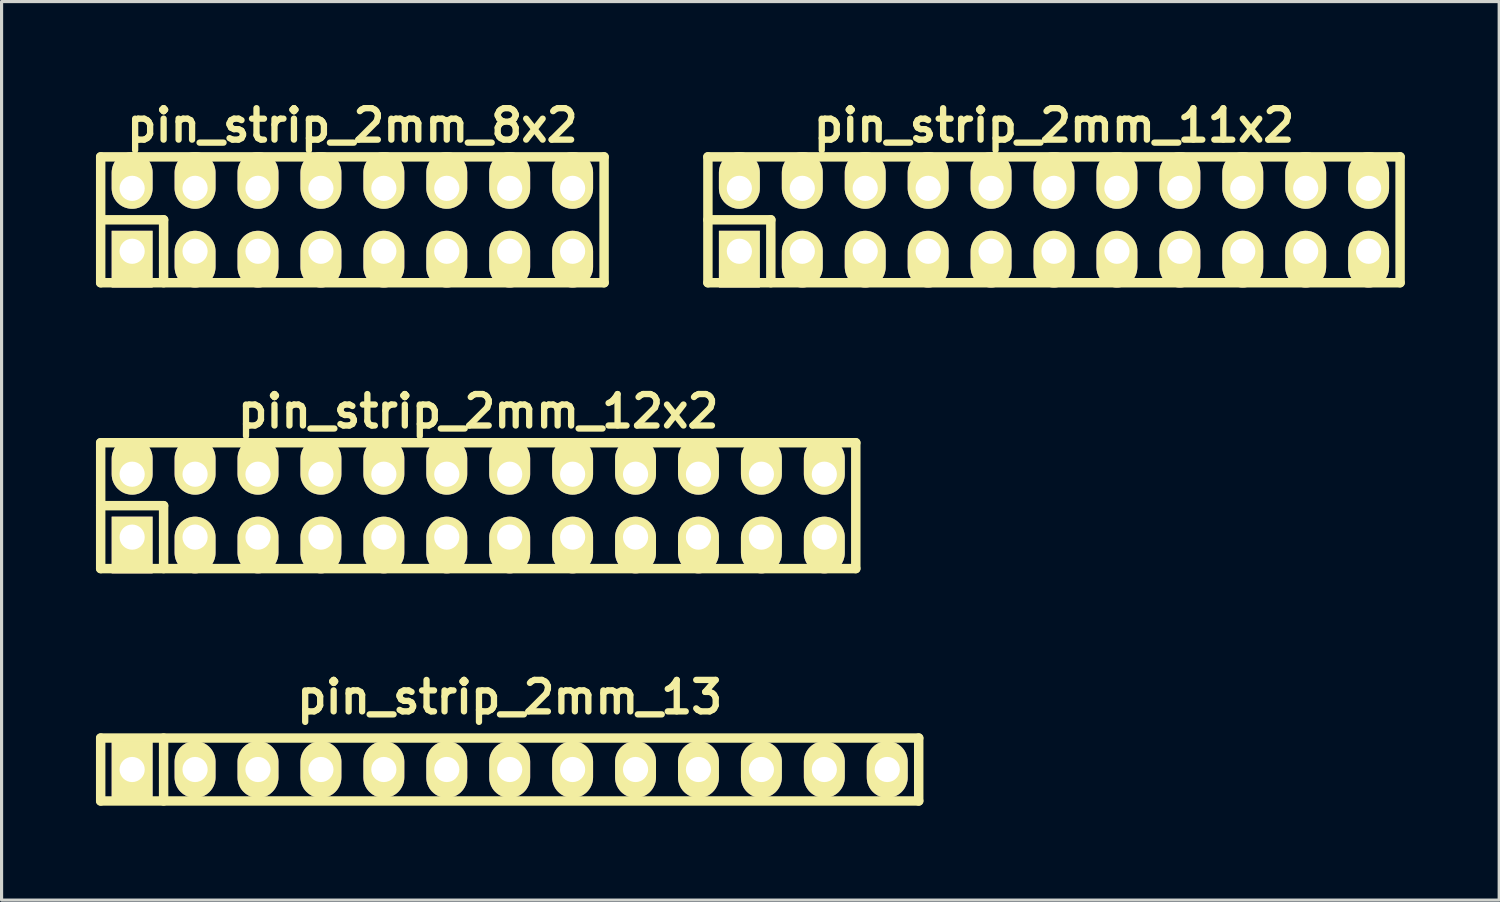
<source format=kicad_pcb>
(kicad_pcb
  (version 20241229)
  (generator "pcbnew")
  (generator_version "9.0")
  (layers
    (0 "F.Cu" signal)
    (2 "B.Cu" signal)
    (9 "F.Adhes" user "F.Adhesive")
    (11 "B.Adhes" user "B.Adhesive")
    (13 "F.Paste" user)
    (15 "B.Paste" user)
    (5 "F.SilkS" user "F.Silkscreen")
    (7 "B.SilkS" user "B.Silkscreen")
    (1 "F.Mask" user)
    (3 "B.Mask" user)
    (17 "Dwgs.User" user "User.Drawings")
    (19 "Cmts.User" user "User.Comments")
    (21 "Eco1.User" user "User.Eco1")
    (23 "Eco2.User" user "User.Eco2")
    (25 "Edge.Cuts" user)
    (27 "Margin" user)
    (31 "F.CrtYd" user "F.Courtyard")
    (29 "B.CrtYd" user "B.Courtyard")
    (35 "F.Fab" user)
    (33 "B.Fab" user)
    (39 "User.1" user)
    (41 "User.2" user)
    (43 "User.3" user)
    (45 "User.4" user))
  (footprint "pin_strip_2mm_8x2"
    (layer "F.Cu")
    (at 8.15 3.936)
    (property "Reference" "pin_strip_2mm_8x2" (at 0 -3 0) (layer "F.SilkS") (effects (font (size 1 1) (thickness 0.2))))
    (attr through_hole)
    (fp_line (start -8 -2) (end 8 -2) (stroke (width 0.3) (type solid)) (layer "F.SilkS"))
    (fp_line (start -8 0) (end -6 0) (stroke (width 0.3) (type solid)) (layer "F.SilkS"))
    (fp_line (start -8 2) (end -8 -2) (stroke (width 0.3) (type solid)) (layer "F.SilkS"))
    (fp_line (start -6 0) (end -6 2) (stroke (width 0.3) (type solid)) (layer "F.SilkS"))
    (fp_line (start 8 -2) (end 8 2) (stroke (width 0.3) (type solid)) (layer "F.SilkS"))
    (fp_line (start 8 2) (end -8 2) (stroke (width 0.3) (type solid)) (layer "F.SilkS"))
    (pad "1" thru_hole rect (at -7 1) (size 1.3 1.8) (drill 0.8 (offset 0 0.25)) (layers "*.Cu" "*.Mask" "F.SilkS"))
    (pad "2" thru_hole oval (at -7 -1) (size 1.3 1.8) (drill 0.8 (offset 0 -0.25)) (layers "*.Cu" "*.Mask" "F.SilkS"))
    (pad "3" thru_hole oval (at -5 1) (size 1.3 1.8) (drill 0.8 (offset 0 0.25)) (layers "*.Cu" "*.Mask" "F.SilkS"))
    (pad "4" thru_hole oval (at -5 -1) (size 1.3 1.8) (drill 0.8 (offset 0 -0.25)) (layers "*.Cu" "*.Mask" "F.SilkS"))
    (pad "5" thru_hole oval (at -3 1) (size 1.3 1.8) (drill 0.8 (offset 0 0.25)) (layers "*.Cu" "*.Mask" "F.SilkS"))
    (pad "6" thru_hole oval (at -3 -1) (size 1.3 1.8) (drill 0.8 (offset 0 -0.25)) (layers "*.Cu" "*.Mask" "F.SilkS"))
    (pad "7" thru_hole oval (at -1 1) (size 1.3 1.8) (drill 0.8 (offset 0 0.25)) (layers "*.Cu" "*.Mask" "F.SilkS"))
    (pad "8" thru_hole oval (at -1 -1) (size 1.3 1.8) (drill 0.8 (offset 0 -0.25)) (layers "*.Cu" "*.Mask" "F.SilkS"))
    (pad "9" thru_hole oval (at 1 1) (size 1.3 1.8) (drill 0.8 (offset 0 0.25)) (layers "*.Cu" "*.Mask" "F.SilkS"))
    (pad "10" thru_hole oval (at 1 -1) (size 1.3 1.8) (drill 0.8 (offset 0 -0.25)) (layers "*.Cu" "*.Mask" "F.SilkS"))
    (pad "11" thru_hole oval (at 3 1) (size 1.3 1.8) (drill 0.8 (offset 0 0.25)) (layers "*.Cu" "*.Mask" "F.SilkS"))
    (pad "12" thru_hole oval (at 3 -1) (size 1.3 1.8) (drill 0.8 (offset 0 -0.25)) (layers "*.Cu" "*.Mask" "F.SilkS"))
    (pad "13" thru_hole oval (at 5 1) (size 1.3 1.8) (drill 0.8 (offset 0 0.25)) (layers "*.Cu" "*.Mask" "F.SilkS"))
    (pad "14" thru_hole oval (at 5 -1) (size 1.3 1.8) (drill 0.8 (offset 0 -0.25)) (layers "*.Cu" "*.Mask" "F.SilkS"))
    (pad "15" thru_hole oval (at 7 1) (size 1.3 1.8) (drill 0.8 (offset 0 0.25)) (layers "*.Cu" "*.Mask" "F.SilkS"))
    (pad "16" thru_hole oval (at 7 -1) (size 1.3 1.8) (drill 0.8 (offset 0 -0.25)) (layers "*.Cu" "*.Mask" "F.SilkS")))
  (footprint "pin_strip_2mm_11x2"
    (layer "F.Cu")
    (at 30.45 3.936)
    (property "Reference" "pin_strip_2mm_11x2" (at 0 -3 0) (layer "F.SilkS") (effects (font (size 1 1) (thickness 0.2))))
    (attr through_hole)
    (fp_line (start -11 -2) (end 11 -2) (stroke (width 0.3) (type solid)) (layer "F.SilkS"))
    (fp_line (start -11 0) (end -9 0) (stroke (width 0.3) (type solid)) (layer "F.SilkS"))
    (fp_line (start -11 2) (end -11 -2) (stroke (width 0.3) (type solid)) (layer "F.SilkS"))
    (fp_line (start -9 0) (end -9 2) (stroke (width 0.3) (type solid)) (layer "F.SilkS"))
    (fp_line (start 11 -2) (end 11 2) (stroke (width 0.3) (type solid)) (layer "F.SilkS"))
    (fp_line (start 11 2) (end -11 2) (stroke (width 0.3) (type solid)) (layer "F.SilkS"))
    (pad "1" thru_hole rect (at -10 1) (size 1.3 1.8) (drill 0.8 (offset 0 0.25)) (layers "*.Cu" "*.Mask" "F.SilkS"))
    (pad "2" thru_hole oval (at -10 -1) (size 1.3 1.8) (drill 0.8 (offset 0 -0.25)) (layers "*.Cu" "*.Mask" "F.SilkS"))
    (pad "3" thru_hole oval (at -8 1) (size 1.3 1.8) (drill 0.8 (offset 0 0.25)) (layers "*.Cu" "*.Mask" "F.SilkS"))
    (pad "4" thru_hole oval (at -8 -1) (size 1.3 1.8) (drill 0.8 (offset 0 -0.25)) (layers "*.Cu" "*.Mask" "F.SilkS"))
    (pad "5" thru_hole oval (at -6 1) (size 1.3 1.8) (drill 0.8 (offset 0 0.25)) (layers "*.Cu" "*.Mask" "F.SilkS"))
    (pad "6" thru_hole oval (at -6 -1) (size 1.3 1.8) (drill 0.8 (offset 0 -0.25)) (layers "*.Cu" "*.Mask" "F.SilkS"))
    (pad "7" thru_hole oval (at -4 1) (size 1.3 1.8) (drill 0.8 (offset 0 0.25)) (layers "*.Cu" "*.Mask" "F.SilkS"))
    (pad "8" thru_hole oval (at -4 -1) (size 1.3 1.8) (drill 0.8 (offset 0 -0.25)) (layers "*.Cu" "*.Mask" "F.SilkS"))
    (pad "9" thru_hole oval (at -2 1) (size 1.3 1.8) (drill 0.8 (offset 0 0.25)) (layers "*.Cu" "*.Mask" "F.SilkS"))
    (pad "10" thru_hole oval (at -2 -1) (size 1.3 1.8) (drill 0.8 (offset 0 -0.25)) (layers "*.Cu" "*.Mask" "F.SilkS"))
    (pad "11" thru_hole oval (at 0 1) (size 1.3 1.8) (drill 0.8 (offset 0 0.25)) (layers "*.Cu" "*.Mask" "F.SilkS"))
    (pad "12" thru_hole oval (at 0 -1) (size 1.3 1.8) (drill 0.8 (offset 0 -0.25)) (layers "*.Cu" "*.Mask" "F.SilkS"))
    (pad "13" thru_hole oval (at 2 1) (size 1.3 1.8) (drill 0.8 (offset 0 0.25)) (layers "*.Cu" "*.Mask" "F.SilkS"))
    (pad "14" thru_hole oval (at 2 -1) (size 1.3 1.8) (drill 0.8 (offset 0 -0.25)) (layers "*.Cu" "*.Mask" "F.SilkS"))
    (pad "15" thru_hole oval (at 4 1) (size 1.3 1.8) (drill 0.8 (offset 0 0.25)) (layers "*.Cu" "*.Mask" "F.SilkS"))
    (pad "16" thru_hole oval (at 4 -1) (size 1.3 1.8) (drill 0.8 (offset 0 -0.25)) (layers "*.Cu" "*.Mask" "F.SilkS"))
    (pad "17" thru_hole oval (at 6 1) (size 1.3 1.8) (drill 0.8 (offset 0 0.25)) (layers "*.Cu" "*.Mask" "F.SilkS"))
    (pad "18" thru_hole oval (at 6 -1) (size 1.3 1.8) (drill 0.8 (offset 0 -0.25)) (layers "*.Cu" "*.Mask" "F.SilkS"))
    (pad "19" thru_hole oval (at 8 1) (size 1.3 1.8) (drill 0.8 (offset 0 0.25)) (layers "*.Cu" "*.Mask" "F.SilkS"))
    (pad "20" thru_hole oval (at 8 -1) (size 1.3 1.8) (drill 0.8 (offset 0 -0.25)) (layers "*.Cu" "*.Mask" "F.SilkS"))
    (pad "21" thru_hole oval (at 10 1) (size 1.3 1.8) (drill 0.8 (offset 0 0.25)) (layers "*.Cu" "*.Mask" "F.SilkS"))
    (pad "22" thru_hole oval (at 10 -1) (size 1.3 1.8) (drill 0.8 (offset 0 -0.25)) (layers "*.Cu" "*.Mask" "F.SilkS")))
  (footprint "pin_strip_2mm_13"
    (layer "F.Cu")
    (at 13.15 21.408)
    (property "Reference" "pin_strip_2mm_13" (at 0 -2.3 0) (layer "F.SilkS") (effects (font (size 1 1) (thickness 0.2))))
    (attr through_hole)
    (fp_line (start -13 -1) (end 13 -1) (stroke (width 0.3) (type solid)) (layer "F.SilkS"))
    (fp_line (start -13 1) (end -13 -1) (stroke (width 0.3) (type solid)) (layer "F.SilkS"))
    (fp_line (start -11 -1) (end -11 1) (stroke (width 0.3) (type solid)) (layer "F.SilkS"))
    (fp_line (start 13 -1) (end 13 1) (stroke (width 0.3) (type solid)) (layer "F.SilkS"))
    (fp_line (start 13 1) (end -13 1) (stroke (width 0.3) (type solid)) (layer "F.SilkS"))
    (pad "1" thru_hole rect (at -12 0) (size 1.3 1.8) (drill 0.8) (layers "*.Cu" "*.Mask" "F.SilkS"))
    (pad "2" thru_hole oval (at -10 0) (size 1.3 1.8) (drill 0.8) (layers "*.Cu" "*.Mask" "F.SilkS"))
    (pad "3" thru_hole oval (at -8 0) (size 1.3 1.8) (drill 0.8) (layers "*.Cu" "*.Mask" "F.SilkS"))
    (pad "4" thru_hole oval (at -6 0) (size 1.3 1.8) (drill 0.8) (layers "*.Cu" "*.Mask" "F.SilkS"))
    (pad "5" thru_hole oval (at -4 0) (size 1.3 1.8) (drill 0.8) (layers "*.Cu" "*.Mask" "F.SilkS"))
    (pad "6" thru_hole oval (at -2 0) (size 1.3 1.8) (drill 0.8) (layers "*.Cu" "*.Mask" "F.SilkS"))
    (pad "7" thru_hole oval (at 0 0) (size 1.3 1.8) (drill 0.8) (layers "*.Cu" "*.Mask" "F.SilkS"))
    (pad "8" thru_hole oval (at 2 0) (size 1.3 1.8) (drill 0.8) (layers "*.Cu" "*.Mask" "F.SilkS"))
    (pad "9" thru_hole oval (at 4 0) (size 1.3 1.8) (drill 0.8) (layers "*.Cu" "*.Mask" "F.SilkS"))
    (pad "10" thru_hole oval (at 6 0) (size 1.3 1.8) (drill 0.8) (layers "*.Cu" "*.Mask" "F.SilkS"))
    (pad "11" thru_hole oval (at 8 0) (size 1.3 1.8) (drill 0.8) (layers "*.Cu" "*.Mask" "F.SilkS"))
    (pad "12" thru_hole oval (at 10 0) (size 1.3 1.8) (drill 0.8) (layers "*.Cu" "*.Mask" "F.SilkS"))
    (pad "13" thru_hole oval (at 12 0) (size 1.3 1.8) (drill 0.8) (layers "*.Cu" "*.Mask" "F.SilkS")))
  (footprint "pin_strip_2mm_12x2"
    (layer "F.Cu")
    (at 12.15 13.022)
    (property "Reference" "pin_strip_2mm_12x2" (at 0 -3 0) (layer "F.SilkS") (effects (font (size 1 1) (thickness 0.2))))
    (attr through_hole)
    (fp_line (start -12 -2) (end 12 -2) (stroke (width 0.3) (type solid)) (layer "F.SilkS"))
    (fp_line (start -12 0) (end -10 0) (stroke (width 0.3) (type solid)) (layer "F.SilkS"))
    (fp_line (start -12 2) (end -12 -2) (stroke (width 0.3) (type solid)) (layer "F.SilkS"))
    (fp_line (start -10 0) (end -10 2) (stroke (width 0.3) (type solid)) (layer "F.SilkS"))
    (fp_line (start 12 -2) (end 12 2) (stroke (width 0.3) (type solid)) (layer "F.SilkS"))
    (fp_line (start 12 2) (end -12 2) (stroke (width 0.3) (type solid)) (layer "F.SilkS"))
    (pad "1" thru_hole rect (at -11 1) (size 1.3 1.8) (drill 0.8 (offset 0 0.25)) (layers "*.Cu" "*.Mask" "F.SilkS"))
    (pad "2" thru_hole oval (at -11 -1) (size 1.3 1.8) (drill 0.8 (offset 0 -0.25)) (layers "*.Cu" "*.Mask" "F.SilkS"))
    (pad "3" thru_hole oval (at -9 1) (size 1.3 1.8) (drill 0.8 (offset 0 0.25)) (layers "*.Cu" "*.Mask" "F.SilkS"))
    (pad "4" thru_hole oval (at -9 -1) (size 1.3 1.8) (drill 0.8 (offset 0 -0.25)) (layers "*.Cu" "*.Mask" "F.SilkS"))
    (pad "5" thru_hole oval (at -7 1) (size 1.3 1.8) (drill 0.8 (offset 0 0.25)) (layers "*.Cu" "*.Mask" "F.SilkS"))
    (pad "6" thru_hole oval (at -7 -1) (size 1.3 1.8) (drill 0.8 (offset 0 -0.25)) (layers "*.Cu" "*.Mask" "F.SilkS"))
    (pad "7" thru_hole oval (at -5 1) (size 1.3 1.8) (drill 0.8 (offset 0 0.25)) (layers "*.Cu" "*.Mask" "F.SilkS"))
    (pad "8" thru_hole oval (at -5 -1) (size 1.3 1.8) (drill 0.8 (offset 0 -0.25)) (layers "*.Cu" "*.Mask" "F.SilkS"))
    (pad "9" thru_hole oval (at -3 1) (size 1.3 1.8) (drill 0.8 (offset 0 0.25)) (layers "*.Cu" "*.Mask" "F.SilkS"))
    (pad "10" thru_hole oval (at -3 -1) (size 1.3 1.8) (drill 0.8 (offset 0 -0.25)) (layers "*.Cu" "*.Mask" "F.SilkS"))
    (pad "11" thru_hole oval (at -1 1) (size 1.3 1.8) (drill 0.8 (offset 0 0.25)) (layers "*.Cu" "*.Mask" "F.SilkS"))
    (pad "12" thru_hole oval (at -1 -1) (size 1.3 1.8) (drill 0.8 (offset 0 -0.25)) (layers "*.Cu" "*.Mask" "F.SilkS"))
    (pad "13" thru_hole oval (at 1 1) (size 1.3 1.8) (drill 0.8 (offset 0 0.25)) (layers "*.Cu" "*.Mask" "F.SilkS"))
    (pad "14" thru_hole oval (at 1 -1) (size 1.3 1.8) (drill 0.8 (offset 0 -0.25)) (layers "*.Cu" "*.Mask" "F.SilkS"))
    (pad "15" thru_hole oval (at 3 1) (size 1.3 1.8) (drill 0.8 (offset 0 0.25)) (layers "*.Cu" "*.Mask" "F.SilkS"))
    (pad "16" thru_hole oval (at 3 -1) (size 1.3 1.8) (drill 0.8 (offset 0 -0.25)) (layers "*.Cu" "*.Mask" "F.SilkS"))
    (pad "17" thru_hole oval (at 5 1) (size 1.3 1.8) (drill 0.8 (offset 0 0.25)) (layers "*.Cu" "*.Mask" "F.SilkS"))
    (pad "18" thru_hole oval (at 5 -1) (size 1.3 1.8) (drill 0.8 (offset 0 -0.25)) (layers "*.Cu" "*.Mask" "F.SilkS"))
    (pad "19" thru_hole oval (at 7 1) (size 1.3 1.8) (drill 0.8 (offset 0 0.25)) (layers "*.Cu" "*.Mask" "F.SilkS"))
    (pad "20" thru_hole oval (at 7 -1) (size 1.3 1.8) (drill 0.8 (offset 0 -0.25)) (layers "*.Cu" "*.Mask" "F.SilkS"))
    (pad "21" thru_hole oval (at 9 1) (size 1.3 1.8) (drill 0.8 (offset 0 0.25)) (layers "*.Cu" "*.Mask" "F.SilkS"))
    (pad "22" thru_hole oval (at 9 -1) (size 1.3 1.8) (drill 0.8 (offset 0 -0.25)) (layers "*.Cu" "*.Mask" "F.SilkS"))
    (pad "23" thru_hole oval (at 11 1) (size 1.3 1.8) (drill 0.8 (offset 0 0.25)) (layers "*.Cu" "*.Mask" "F.SilkS"))
    (pad "24" thru_hole oval (at 11 -1) (size 1.3 1.8) (drill 0.8 (offset 0 -0.25)) (layers "*.Cu" "*.Mask" "F.SilkS")))
  (gr_rect
    (start -3 -3)
    (end 44.6 25.558)
    (stroke (width 0.1) (type default))
    (fill no)
    (layer "Edge.Cuts")))
</source>
